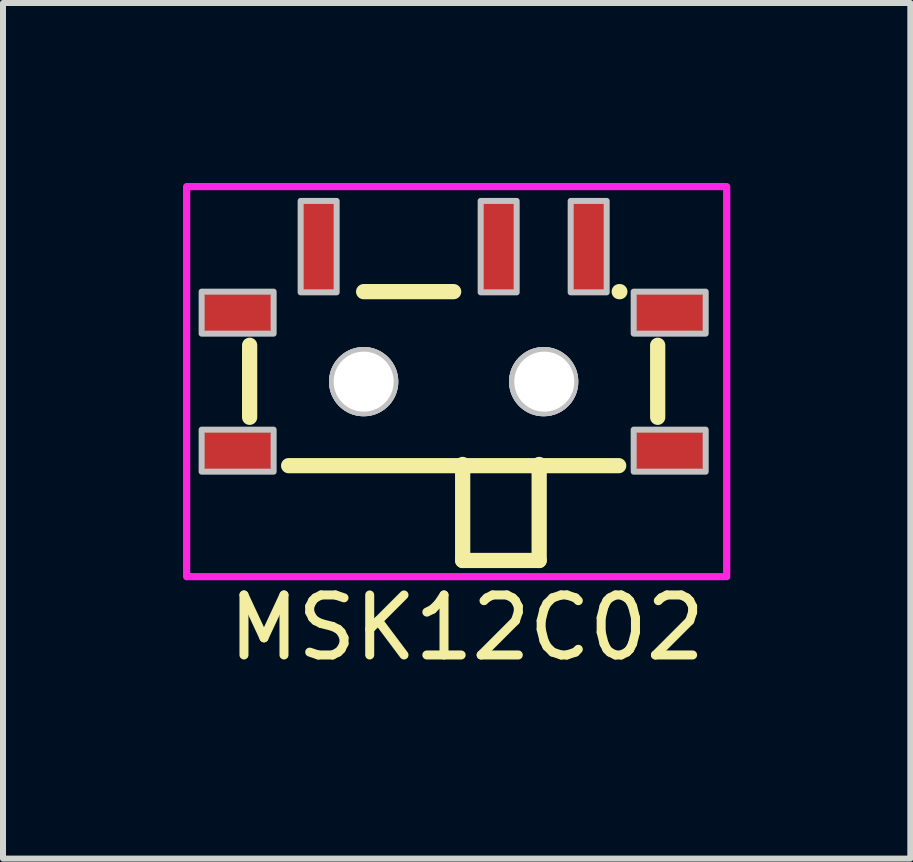
<source format=kicad_pcb>
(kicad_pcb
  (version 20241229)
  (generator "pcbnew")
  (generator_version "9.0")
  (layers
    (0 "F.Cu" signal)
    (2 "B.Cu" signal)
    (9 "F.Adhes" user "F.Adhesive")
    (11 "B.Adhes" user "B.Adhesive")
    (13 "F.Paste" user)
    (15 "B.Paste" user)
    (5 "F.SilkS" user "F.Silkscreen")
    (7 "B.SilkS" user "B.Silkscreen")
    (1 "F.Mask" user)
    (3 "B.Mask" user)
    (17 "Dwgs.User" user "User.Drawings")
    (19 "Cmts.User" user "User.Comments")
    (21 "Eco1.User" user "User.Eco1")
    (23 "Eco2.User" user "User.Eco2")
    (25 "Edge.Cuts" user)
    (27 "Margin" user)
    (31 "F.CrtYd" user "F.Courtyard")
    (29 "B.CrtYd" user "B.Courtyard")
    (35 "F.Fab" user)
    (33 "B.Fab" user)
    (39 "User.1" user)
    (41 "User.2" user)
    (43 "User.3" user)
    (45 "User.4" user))
  (footprint "MSK12C02"
    (layer "F.Cu")
    (at 4.56 3.31)
    (property "Reference" "MSK12C02" (at 0.17 4.1 0) (unlocked yes) (layer "F.SilkS") (effects (font (size 1 1) (thickness 0.15))))
    (attr smd)
    (fp_line (start -3.45 -0.606) (end -3.45 0.594) (stroke (width 0.254) (type solid)) (layer "F.SilkS"))
    (fp_line (start -2.8 1.4) (end 2.7 1.4) (stroke (width 0.254) (type solid)) (layer "F.SilkS"))
    (fp_line (start -1.55 -1.5) (end -0.05 -1.5) (stroke (width 0.254) (type solid)) (layer "F.SilkS"))
    (fp_line (start 0.1 1.38) (end 0.1 2.98) (stroke (width 0.254) (type solid)) (layer "F.SilkS"))
    (fp_line (start 0.1 2.98) (end 1.375 2.98) (stroke (width 0.254) (type solid)) (layer "F.SilkS"))
    (fp_line (start 1.375 2.98) (end 1.375 1.38) (stroke (width 0.254) (type solid)) (layer "F.SilkS"))
    (fp_line (start 2.719 -1.5) (end 2.709 -1.5) (stroke (width 0.254) (type solid)) (layer "F.SilkS"))
    (fp_line (start 3.35 -0.606) (end 3.35 0.594) (stroke (width 0.254) (type solid)) (layer "F.SilkS"))
    (fp_line (start -2 0) (end -1.999 -0.023) (stroke (width 0.254) (type solid)) (layer "Dwgs.User"))
    (fp_line (start -1.999 -0.023) (end -1.998 -0.046) (stroke (width 0.254) (type solid)) (layer "Dwgs.User"))
    (fp_line (start -1.999 0.023) (end -2 0) (stroke (width 0.254) (type solid)) (layer "Dwgs.User"))
    (fp_line (start -1.998 -0.046) (end -1.995 -0.069) (stroke (width 0.254) (type solid)) (layer "Dwgs.User"))
    (fp_line (start -1.998 0.046) (end -1.999 0.023) (stroke (width 0.254) (type solid)) (layer "Dwgs.User"))
    (fp_line (start -1.995 -0.069) (end -1.991 -0.091) (stroke (width 0.254) (type solid)) (layer "Dwgs.User"))
    (fp_line (start -1.995 0.069) (end -1.998 0.046) (stroke (width 0.254) (type solid)) (layer "Dwgs.User"))
    (fp_line (start -1.991 -0.091) (end -1.986 -0.112) (stroke (width 0.254) (type solid)) (layer "Dwgs.User"))
    (fp_line (start -1.991 0.091) (end -1.995 0.069) (stroke (width 0.254) (type solid)) (layer "Dwgs.User"))
    (fp_line (start -1.986 -0.112) (end -1.98 -0.134) (stroke (width 0.254) (type solid)) (layer "Dwgs.User"))
    (fp_line (start -1.986 0.112) (end -1.991 0.091) (stroke (width 0.254) (type solid)) (layer "Dwgs.User"))
    (fp_line (start -1.98 -0.134) (end -1.973 -0.155) (stroke (width 0.254) (type solid)) (layer "Dwgs.User"))
    (fp_line (start -1.98 0.134) (end -1.986 0.112) (stroke (width 0.254) (type solid)) (layer "Dwgs.User"))
    (fp_line (start -1.973 -0.155) (end -1.965 -0.175) (stroke (width 0.254) (type solid)) (layer "Dwgs.User"))
    (fp_line (start -1.973 0.155) (end -1.98 0.134) (stroke (width 0.254) (type solid)) (layer "Dwgs.User"))
    (fp_line (start -1.965 -0.175) (end -1.956 -0.195) (stroke (width 0.254) (type solid)) (layer "Dwgs.User"))
    (fp_line (start -1.965 0.175) (end -1.973 0.155) (stroke (width 0.254) (type solid)) (layer "Dwgs.User"))
    (fp_line (start -1.956 -0.195) (end -1.946 -0.214) (stroke (width 0.254) (type solid)) (layer "Dwgs.User"))
    (fp_line (start -1.956 0.195) (end -1.965 0.175) (stroke (width 0.254) (type solid)) (layer "Dwgs.User"))
    (fp_line (start -1.946 -0.214) (end -1.935 -0.233) (stroke (width 0.254) (type solid)) (layer "Dwgs.User"))
    (fp_line (start -1.946 0.214) (end -1.956 0.195) (stroke (width 0.254) (type solid)) (layer "Dwgs.User"))
    (fp_line (start -1.935 -0.233) (end -1.923 -0.252) (stroke (width 0.254) (type solid)) (layer "Dwgs.User"))
    (fp_line (start -1.935 0.233) (end -1.946 0.214) (stroke (width 0.254) (type solid)) (layer "Dwgs.User"))
    (fp_line (start -1.923 -0.252) (end -1.911 -0.269) (stroke (width 0.254) (type solid)) (layer "Dwgs.User"))
    (fp_line (start -1.923 0.252) (end -1.935 0.233) (stroke (width 0.254) (type solid)) (layer "Dwgs.User"))
    (fp_line (start -1.911 -0.269) (end -1.897 -0.286) (stroke (width 0.254) (type solid)) (layer "Dwgs.User"))
    (fp_line (start -1.911 0.269) (end -1.923 0.252) (stroke (width 0.254) (type solid)) (layer "Dwgs.User"))
    (fp_line (start -1.897 -0.286) (end -1.883 -0.303) (stroke (width 0.254) (type solid)) (layer "Dwgs.User"))
    (fp_line (start -1.897 0.286) (end -1.911 0.269) (stroke (width 0.254) (type solid)) (layer "Dwgs.User"))
    (fp_line (start -1.883 -0.303) (end -1.868 -0.318) (stroke (width 0.254) (type solid)) (layer "Dwgs.User"))
    (fp_line (start -1.883 0.303) (end -1.897 0.286) (stroke (width 0.254) (type solid)) (layer "Dwgs.User"))
    (fp_line (start -1.868 -0.318) (end -1.852 -0.333) (stroke (width 0.254) (type solid)) (layer "Dwgs.User"))
    (fp_line (start -1.868 0.318) (end -1.883 0.303) (stroke (width 0.254) (type solid)) (layer "Dwgs.User"))
    (fp_line (start -1.852 -0.333) (end -1.836 -0.347) (stroke (width 0.254) (type solid)) (layer "Dwgs.User"))
    (fp_line (start -1.852 0.333) (end -1.868 0.318) (stroke (width 0.254) (type solid)) (layer "Dwgs.User"))
    (fp_line (start -1.836 -0.347) (end -1.819 -0.361) (stroke (width 0.254) (type solid)) (layer "Dwgs.User"))
    (fp_line (start -1.836 0.347) (end -1.852 0.333) (stroke (width 0.254) (type solid)) (layer "Dwgs.User"))
    (fp_line (start -1.819 -0.361) (end -1.802 -0.373) (stroke (width 0.254) (type solid)) (layer "Dwgs.User"))
    (fp_line (start -1.819 0.361) (end -1.836 0.347) (stroke (width 0.254) (type solid)) (layer "Dwgs.User"))
    (fp_line (start -1.802 -0.373) (end -1.783 -0.385) (stroke (width 0.254) (type solid)) (layer "Dwgs.User"))
    (fp_line (start -1.802 0.373) (end -1.819 0.361) (stroke (width 0.254) (type solid)) (layer "Dwgs.User"))
    (fp_line (start -1.783 -0.385) (end -1.764 -0.396) (stroke (width 0.254) (type solid)) (layer "Dwgs.User"))
    (fp_line (start -1.783 0.385) (end -1.802 0.373) (stroke (width 0.254) (type solid)) (layer "Dwgs.User"))
    (fp_line (start -1.764 -0.396) (end -1.745 -0.406) (stroke (width 0.254) (type solid)) (layer "Dwgs.User"))
    (fp_line (start -1.764 0.396) (end -1.783 0.385) (stroke (width 0.254) (type solid)) (layer "Dwgs.User"))
    (fp_line (start -1.745 -0.406) (end -1.725 -0.415) (stroke (width 0.254) (type solid)) (layer "Dwgs.User"))
    (fp_line (start -1.745 0.406) (end -1.764 0.396) (stroke (width 0.254) (type solid)) (layer "Dwgs.User"))
    (fp_line (start -1.725 -0.415) (end -1.705 -0.423) (stroke (width 0.254) (type solid)) (layer "Dwgs.User"))
    (fp_line (start -1.725 0.415) (end -1.745 0.406) (stroke (width 0.254) (type solid)) (layer "Dwgs.User"))
    (fp_line (start -1.705 -0.423) (end -1.684 -0.43) (stroke (width 0.254) (type solid)) (layer "Dwgs.User"))
    (fp_line (start -1.705 0.423) (end -1.725 0.415) (stroke (width 0.254) (type solid)) (layer "Dwgs.User"))
    (fp_line (start -1.684 -0.43) (end -1.662 -0.436) (stroke (width 0.254) (type solid)) (layer "Dwgs.User"))
    (fp_line (start -1.684 0.43) (end -1.705 0.423) (stroke (width 0.254) (type solid)) (layer "Dwgs.User"))
    (fp_line (start -1.662 -0.436) (end -1.641 -0.441) (stroke (width 0.254) (type solid)) (layer "Dwgs.User"))
    (fp_line (start -1.662 0.436) (end -1.684 0.43) (stroke (width 0.254) (type solid)) (layer "Dwgs.User"))
    (fp_line (start -1.641 -0.441) (end -1.618 -0.445) (stroke (width 0.254) (type solid)) (layer "Dwgs.User"))
    (fp_line (start -1.641 0.441) (end -1.662 0.436) (stroke (width 0.254) (type solid)) (layer "Dwgs.User"))
    (fp_line (start -1.618 -0.445) (end -1.596 -0.448) (stroke (width 0.254) (type solid)) (layer "Dwgs.User"))
    (fp_line (start -1.618 0.445) (end -1.641 0.441) (stroke (width 0.254) (type solid)) (layer "Dwgs.User"))
    (fp_line (start -1.596 -0.448) (end -1.573 -0.449) (stroke (width 0.254) (type solid)) (layer "Dwgs.User"))
    (fp_line (start -1.596 0.448) (end -1.618 0.445) (stroke (width 0.254) (type solid)) (layer "Dwgs.User"))
    (fp_line (start -1.573 -0.449) (end -1.55 -0.45) (stroke (width 0.254) (type solid)) (layer "Dwgs.User"))
    (fp_line (start -1.573 0.449) (end -1.596 0.448) (stroke (width 0.254) (type solid)) (layer "Dwgs.User"))
    (fp_line (start -1.55 -0.45) (end -1.527 -0.449) (stroke (width 0.254) (type solid)) (layer "Dwgs.User"))
    (fp_line (start -1.55 0.45) (end -1.573 0.449) (stroke (width 0.254) (type solid)) (layer "Dwgs.User"))
    (fp_line (start -1.527 -0.449) (end -1.504 -0.448) (stroke (width 0.254) (type solid)) (layer "Dwgs.User"))
    (fp_line (start -1.527 0.449) (end -1.55 0.45) (stroke (width 0.254) (type solid)) (layer "Dwgs.User"))
    (fp_line (start -1.504 -0.448) (end -1.481 -0.445) (stroke (width 0.254) (type solid)) (layer "Dwgs.User"))
    (fp_line (start -1.504 0.448) (end -1.527 0.449) (stroke (width 0.254) (type solid)) (layer "Dwgs.User"))
    (fp_line (start -1.481 -0.445) (end -1.459 -0.441) (stroke (width 0.254) (type solid)) (layer "Dwgs.User"))
    (fp_line (start -1.481 0.445) (end -1.504 0.448) (stroke (width 0.254) (type solid)) (layer "Dwgs.User"))
    (fp_line (start -1.459 -0.441) (end -1.437 -0.436) (stroke (width 0.254) (type solid)) (layer "Dwgs.User"))
    (fp_line (start -1.459 0.441) (end -1.481 0.445) (stroke (width 0.254) (type solid)) (layer "Dwgs.User"))
    (fp_line (start -1.437 -0.436) (end -1.416 -0.43) (stroke (width 0.254) (type solid)) (layer "Dwgs.User"))
    (fp_line (start -1.437 0.436) (end -1.459 0.441) (stroke (width 0.254) (type solid)) (layer "Dwgs.User"))
    (fp_line (start -1.416 -0.43) (end -1.395 -0.423) (stroke (width 0.254) (type solid)) (layer "Dwgs.User"))
    (fp_line (start -1.416 0.43) (end -1.437 0.436) (stroke (width 0.254) (type solid)) (layer "Dwgs.User"))
    (fp_line (start -1.395 -0.423) (end -1.375 -0.415) (stroke (width 0.254) (type solid)) (layer "Dwgs.User"))
    (fp_line (start -1.395 0.423) (end -1.416 0.43) (stroke (width 0.254) (type solid)) (layer "Dwgs.User"))
    (fp_line (start -1.375 -0.415) (end -1.355 -0.406) (stroke (width 0.254) (type solid)) (layer "Dwgs.User"))
    (fp_line (start -1.375 0.415) (end -1.395 0.423) (stroke (width 0.254) (type solid)) (layer "Dwgs.User"))
    (fp_line (start -1.355 -0.406) (end -1.335 -0.396) (stroke (width 0.254) (type solid)) (layer "Dwgs.User"))
    (fp_line (start -1.355 0.406) (end -1.375 0.415) (stroke (width 0.254) (type solid)) (layer "Dwgs.User"))
    (fp_line (start -1.335 -0.396) (end -1.317 -0.385) (stroke (width 0.254) (type solid)) (layer "Dwgs.User"))
    (fp_line (start -1.335 0.396) (end -1.355 0.406) (stroke (width 0.254) (type solid)) (layer "Dwgs.User"))
    (fp_line (start -1.317 -0.385) (end -1.298 -0.373) (stroke (width 0.254) (type solid)) (layer "Dwgs.User"))
    (fp_line (start -1.317 0.385) (end -1.335 0.396) (stroke (width 0.254) (type solid)) (layer "Dwgs.User"))
    (fp_line (start -1.298 -0.373) (end -1.281 -0.361) (stroke (width 0.254) (type solid)) (layer "Dwgs.User"))
    (fp_line (start -1.298 0.373) (end -1.317 0.385) (stroke (width 0.254) (type solid)) (layer "Dwgs.User"))
    (fp_line (start -1.281 -0.361) (end -1.264 -0.347) (stroke (width 0.254) (type solid)) (layer "Dwgs.User"))
    (fp_line (start -1.281 0.361) (end -1.298 0.373) (stroke (width 0.254) (type solid)) (layer "Dwgs.User"))
    (fp_line (start -1.264 -0.347) (end -1.247 -0.333) (stroke (width 0.254) (type solid)) (layer "Dwgs.User"))
    (fp_line (start -1.264 0.347) (end -1.281 0.361) (stroke (width 0.254) (type solid)) (layer "Dwgs.User"))
    (fp_line (start -1.247 -0.333) (end -1.232 -0.318) (stroke (width 0.254) (type solid)) (layer "Dwgs.User"))
    (fp_line (start -1.247 0.333) (end -1.264 0.347) (stroke (width 0.254) (type solid)) (layer "Dwgs.User"))
    (fp_line (start -1.232 -0.318) (end -1.217 -0.303) (stroke (width 0.254) (type solid)) (layer "Dwgs.User"))
    (fp_line (start -1.232 0.318) (end -1.247 0.333) (stroke (width 0.254) (type solid)) (layer "Dwgs.User"))
    (fp_line (start -1.217 -0.303) (end -1.203 -0.286) (stroke (width 0.254) (type solid)) (layer "Dwgs.User"))
    (fp_line (start -1.217 0.303) (end -1.232 0.318) (stroke (width 0.254) (type solid)) (layer "Dwgs.User"))
    (fp_line (start -1.203 -0.286) (end -1.189 -0.269) (stroke (width 0.254) (type solid)) (layer "Dwgs.User"))
    (fp_line (start -1.203 0.286) (end -1.217 0.303) (stroke (width 0.254) (type solid)) (layer "Dwgs.User"))
    (fp_line (start -1.189 -0.269) (end -1.177 -0.252) (stroke (width 0.254) (type solid)) (layer "Dwgs.User"))
    (fp_line (start -1.189 0.269) (end -1.203 0.286) (stroke (width 0.254) (type solid)) (layer "Dwgs.User"))
    (fp_line (start -1.177 -0.252) (end -1.165 -0.233) (stroke (width 0.254) (type solid)) (layer "Dwgs.User"))
    (fp_line (start -1.177 0.252) (end -1.189 0.269) (stroke (width 0.254) (type solid)) (layer "Dwgs.User"))
    (fp_line (start -1.165 -0.233) (end -1.154 -0.214) (stroke (width 0.254) (type solid)) (layer "Dwgs.User"))
    (fp_line (start -1.165 0.233) (end -1.177 0.252) (stroke (width 0.254) (type solid)) (layer "Dwgs.User"))
    (fp_line (start -1.154 -0.214) (end -1.144 -0.195) (stroke (width 0.254) (type solid)) (layer "Dwgs.User"))
    (fp_line (start -1.154 0.214) (end -1.165 0.233) (stroke (width 0.254) (type solid)) (layer "Dwgs.User"))
    (fp_line (start -1.144 -0.195) (end -1.135 -0.175) (stroke (width 0.254) (type solid)) (layer "Dwgs.User"))
    (fp_line (start -1.144 0.195) (end -1.154 0.214) (stroke (width 0.254) (type solid)) (layer "Dwgs.User"))
    (fp_line (start -1.135 -0.175) (end -1.127 -0.155) (stroke (width 0.254) (type solid)) (layer "Dwgs.User"))
    (fp_line (start -1.135 0.175) (end -1.144 0.195) (stroke (width 0.254) (type solid)) (layer "Dwgs.User"))
    (fp_line (start -1.127 -0.155) (end -1.12 -0.134) (stroke (width 0.254) (type solid)) (layer "Dwgs.User"))
    (fp_line (start -1.127 0.155) (end -1.135 0.175) (stroke (width 0.254) (type solid)) (layer "Dwgs.User"))
    (fp_line (start -1.12 -0.134) (end -1.114 -0.112) (stroke (width 0.254) (type solid)) (layer "Dwgs.User"))
    (fp_line (start -1.12 0.134) (end -1.127 0.155) (stroke (width 0.254) (type solid)) (layer "Dwgs.User"))
    (fp_line (start -1.114 -0.112) (end -1.109 -0.091) (stroke (width 0.254) (type solid)) (layer "Dwgs.User"))
    (fp_line (start -1.114 0.112) (end -1.12 0.134) (stroke (width 0.254) (type solid)) (layer "Dwgs.User"))
    (fp_line (start -1.109 -0.091) (end -1.105 -0.069) (stroke (width 0.254) (type solid)) (layer "Dwgs.User"))
    (fp_line (start -1.109 0.091) (end -1.114 0.112) (stroke (width 0.254) (type solid)) (layer "Dwgs.User"))
    (fp_line (start -1.105 -0.069) (end -1.102 -0.046) (stroke (width 0.254) (type solid)) (layer "Dwgs.User"))
    (fp_line (start -1.105 0.069) (end -1.109 0.091) (stroke (width 0.254) (type solid)) (layer "Dwgs.User"))
    (fp_line (start -1.102 -0.046) (end -1.1 -0.023) (stroke (width 0.254) (type solid)) (layer "Dwgs.User"))
    (fp_line (start -1.102 0.046) (end -1.105 0.069) (stroke (width 0.254) (type solid)) (layer "Dwgs.User"))
    (fp_line (start -1.1 -0.023) (end -1.1 0) (stroke (width 0.254) (type solid)) (layer "Dwgs.User"))
    (fp_line (start -1.1 0.023) (end -1.102 0.046) (stroke (width 0.254) (type solid)) (layer "Dwgs.User"))
    (fp_line (start -1.1 0) (end -1.1 0.023) (stroke (width 0.254) (type solid)) (layer "Dwgs.User"))
    (fp_line (start 1 0) (end 1.001 -0.023) (stroke (width 0.254) (type solid)) (layer "Dwgs.User"))
    (fp_line (start 1.001 -0.023) (end 1.002 -0.046) (stroke (width 0.254) (type solid)) (layer "Dwgs.User"))
    (fp_line (start 1.001 0.023) (end 1 0) (stroke (width 0.254) (type solid)) (layer "Dwgs.User"))
    (fp_line (start 1.002 -0.046) (end 1.005 -0.069) (stroke (width 0.254) (type solid)) (layer "Dwgs.User"))
    (fp_line (start 1.002 0.046) (end 1.001 0.023) (stroke (width 0.254) (type solid)) (layer "Dwgs.User"))
    (fp_line (start 1.005 -0.069) (end 1.009 -0.091) (stroke (width 0.254) (type solid)) (layer "Dwgs.User"))
    (fp_line (start 1.005 0.069) (end 1.002 0.046) (stroke (width 0.254) (type solid)) (layer "Dwgs.User"))
    (fp_line (start 1.009 -0.091) (end 1.014 -0.112) (stroke (width 0.254) (type solid)) (layer "Dwgs.User"))
    (fp_line (start 1.009 0.091) (end 1.005 0.069) (stroke (width 0.254) (type solid)) (layer "Dwgs.User"))
    (fp_line (start 1.014 -0.112) (end 1.02 -0.134) (stroke (width 0.254) (type solid)) (layer "Dwgs.User"))
    (fp_line (start 1.014 0.112) (end 1.009 0.091) (stroke (width 0.254) (type solid)) (layer "Dwgs.User"))
    (fp_line (start 1.02 -0.134) (end 1.027 -0.155) (stroke (width 0.254) (type solid)) (layer "Dwgs.User"))
    (fp_line (start 1.02 0.134) (end 1.014 0.112) (stroke (width 0.254) (type solid)) (layer "Dwgs.User"))
    (fp_line (start 1.027 -0.155) (end 1.035 -0.175) (stroke (width 0.254) (type solid)) (layer "Dwgs.User"))
    (fp_line (start 1.027 0.155) (end 1.02 0.134) (stroke (width 0.254) (type solid)) (layer "Dwgs.User"))
    (fp_line (start 1.035 -0.175) (end 1.044 -0.195) (stroke (width 0.254) (type solid)) (layer "Dwgs.User"))
    (fp_line (start 1.035 0.175) (end 1.027 0.155) (stroke (width 0.254) (type solid)) (layer "Dwgs.User"))
    (fp_line (start 1.044 -0.195) (end 1.054 -0.214) (stroke (width 0.254) (type solid)) (layer "Dwgs.User"))
    (fp_line (start 1.044 0.195) (end 1.035 0.175) (stroke (width 0.254) (type solid)) (layer "Dwgs.User"))
    (fp_line (start 1.054 -0.214) (end 1.065 -0.233) (stroke (width 0.254) (type solid)) (layer "Dwgs.User"))
    (fp_line (start 1.054 0.214) (end 1.044 0.195) (stroke (width 0.254) (type solid)) (layer "Dwgs.User"))
    (fp_line (start 1.065 -0.233) (end 1.077 -0.252) (stroke (width 0.254) (type solid)) (layer "Dwgs.User"))
    (fp_line (start 1.065 0.233) (end 1.054 0.214) (stroke (width 0.254) (type solid)) (layer "Dwgs.User"))
    (fp_line (start 1.077 -0.252) (end 1.089 -0.269) (stroke (width 0.254) (type solid)) (layer "Dwgs.User"))
    (fp_line (start 1.077 0.252) (end 1.065 0.233) (stroke (width 0.254) (type solid)) (layer "Dwgs.User"))
    (fp_line (start 1.089 -0.269) (end 1.103 -0.286) (stroke (width 0.254) (type solid)) (layer "Dwgs.User"))
    (fp_line (start 1.089 0.269) (end 1.077 0.252) (stroke (width 0.254) (type solid)) (layer "Dwgs.User"))
    (fp_line (start 1.103 -0.286) (end 1.117 -0.303) (stroke (width 0.254) (type solid)) (layer "Dwgs.User"))
    (fp_line (start 1.103 0.286) (end 1.089 0.269) (stroke (width 0.254) (type solid)) (layer "Dwgs.User"))
    (fp_line (start 1.117 -0.303) (end 1.132 -0.318) (stroke (width 0.254) (type solid)) (layer "Dwgs.User"))
    (fp_line (start 1.117 0.303) (end 1.103 0.286) (stroke (width 0.254) (type solid)) (layer "Dwgs.User"))
    (fp_line (start 1.132 -0.318) (end 1.147 -0.333) (stroke (width 0.254) (type solid)) (layer "Dwgs.User"))
    (fp_line (start 1.132 0.318) (end 1.117 0.303) (stroke (width 0.254) (type solid)) (layer "Dwgs.User"))
    (fp_line (start 1.147 -0.333) (end 1.164 -0.347) (stroke (width 0.254) (type solid)) (layer "Dwgs.User"))
    (fp_line (start 1.147 0.333) (end 1.132 0.318) (stroke (width 0.254) (type solid)) (layer "Dwgs.User"))
    (fp_line (start 1.164 -0.347) (end 1.181 -0.361) (stroke (width 0.254) (type solid)) (layer "Dwgs.User"))
    (fp_line (start 1.164 0.347) (end 1.147 0.333) (stroke (width 0.254) (type solid)) (layer "Dwgs.User"))
    (fp_line (start 1.181 -0.361) (end 1.198 -0.373) (stroke (width 0.254) (type solid)) (layer "Dwgs.User"))
    (fp_line (start 1.181 0.361) (end 1.164 0.347) (stroke (width 0.254) (type solid)) (layer "Dwgs.User"))
    (fp_line (start 1.198 -0.373) (end 1.217 -0.385) (stroke (width 0.254) (type solid)) (layer "Dwgs.User"))
    (fp_line (start 1.198 0.373) (end 1.181 0.361) (stroke (width 0.254) (type solid)) (layer "Dwgs.User"))
    (fp_line (start 1.217 -0.385) (end 1.236 -0.396) (stroke (width 0.254) (type solid)) (layer "Dwgs.User"))
    (fp_line (start 1.217 0.385) (end 1.198 0.373) (stroke (width 0.254) (type solid)) (layer "Dwgs.User"))
    (fp_line (start 1.236 -0.396) (end 1.255 -0.406) (stroke (width 0.254) (type solid)) (layer "Dwgs.User"))
    (fp_line (start 1.236 0.396) (end 1.217 0.385) (stroke (width 0.254) (type solid)) (layer "Dwgs.User"))
    (fp_line (start 1.255 -0.406) (end 1.275 -0.415) (stroke (width 0.254) (type solid)) (layer "Dwgs.User"))
    (fp_line (start 1.255 0.406) (end 1.236 0.396) (stroke (width 0.254) (type solid)) (layer "Dwgs.User"))
    (fp_line (start 1.275 -0.415) (end 1.295 -0.423) (stroke (width 0.254) (type solid)) (layer "Dwgs.User"))
    (fp_line (start 1.275 0.415) (end 1.255 0.406) (stroke (width 0.254) (type solid)) (layer "Dwgs.User"))
    (fp_line (start 1.295 -0.423) (end 1.316 -0.43) (stroke (width 0.254) (type solid)) (layer "Dwgs.User"))
    (fp_line (start 1.295 0.423) (end 1.275 0.415) (stroke (width 0.254) (type solid)) (layer "Dwgs.User"))
    (fp_line (start 1.316 -0.43) (end 1.338 -0.436) (stroke (width 0.254) (type solid)) (layer "Dwgs.User"))
    (fp_line (start 1.316 0.43) (end 1.295 0.423) (stroke (width 0.254) (type solid)) (layer "Dwgs.User"))
    (fp_line (start 1.338 -0.436) (end 1.359 -0.441) (stroke (width 0.254) (type solid)) (layer "Dwgs.User"))
    (fp_line (start 1.338 0.436) (end 1.316 0.43) (stroke (width 0.254) (type solid)) (layer "Dwgs.User"))
    (fp_line (start 1.359 -0.441) (end 1.381 -0.445) (stroke (width 0.254) (type solid)) (layer "Dwgs.User"))
    (fp_line (start 1.359 0.441) (end 1.338 0.436) (stroke (width 0.254) (type solid)) (layer "Dwgs.User"))
    (fp_line (start 1.381 -0.445) (end 1.404 -0.448) (stroke (width 0.254) (type solid)) (layer "Dwgs.User"))
    (fp_line (start 1.381 0.445) (end 1.359 0.441) (stroke (width 0.254) (type solid)) (layer "Dwgs.User"))
    (fp_line (start 1.404 -0.448) (end 1.427 -0.449) (stroke (width 0.254) (type solid)) (layer "Dwgs.User"))
    (fp_line (start 1.404 0.448) (end 1.381 0.445) (stroke (width 0.254) (type solid)) (layer "Dwgs.User"))
    (fp_line (start 1.427 -0.449) (end 1.45 -0.45) (stroke (width 0.254) (type solid)) (layer "Dwgs.User"))
    (fp_line (start 1.427 0.449) (end 1.404 0.448) (stroke (width 0.254) (type solid)) (layer "Dwgs.User"))
    (fp_line (start 1.45 -0.45) (end 1.473 -0.449) (stroke (width 0.254) (type solid)) (layer "Dwgs.User"))
    (fp_line (start 1.45 0.45) (end 1.427 0.449) (stroke (width 0.254) (type solid)) (layer "Dwgs.User"))
    (fp_line (start 1.473 -0.449) (end 1.496 -0.448) (stroke (width 0.254) (type solid)) (layer "Dwgs.User"))
    (fp_line (start 1.473 0.449) (end 1.45 0.45) (stroke (width 0.254) (type solid)) (layer "Dwgs.User"))
    (fp_line (start 1.496 -0.448) (end 1.519 -0.445) (stroke (width 0.254) (type solid)) (layer "Dwgs.User"))
    (fp_line (start 1.496 0.448) (end 1.473 0.449) (stroke (width 0.254) (type solid)) (layer "Dwgs.User"))
    (fp_line (start 1.519 -0.445) (end 1.541 -0.441) (stroke (width 0.254) (type solid)) (layer "Dwgs.User"))
    (fp_line (start 1.519 0.445) (end 1.496 0.448) (stroke (width 0.254) (type solid)) (layer "Dwgs.User"))
    (fp_line (start 1.541 -0.441) (end 1.562 -0.436) (stroke (width 0.254) (type solid)) (layer "Dwgs.User"))
    (fp_line (start 1.541 0.441) (end 1.519 0.445) (stroke (width 0.254) (type solid)) (layer "Dwgs.User"))
    (fp_line (start 1.562 -0.436) (end 1.584 -0.43) (stroke (width 0.254) (type solid)) (layer "Dwgs.User"))
    (fp_line (start 1.562 0.436) (end 1.541 0.441) (stroke (width 0.254) (type solid)) (layer "Dwgs.User"))
    (fp_line (start 1.584 -0.43) (end 1.605 -0.423) (stroke (width 0.254) (type solid)) (layer "Dwgs.User"))
    (fp_line (start 1.584 0.43) (end 1.562 0.436) (stroke (width 0.254) (type solid)) (layer "Dwgs.User"))
    (fp_line (start 1.605 -0.423) (end 1.625 -0.415) (stroke (width 0.254) (type solid)) (layer "Dwgs.User"))
    (fp_line (start 1.605 0.423) (end 1.584 0.43) (stroke (width 0.254) (type solid)) (layer "Dwgs.User"))
    (fp_line (start 1.625 -0.415) (end 1.645 -0.406) (stroke (width 0.254) (type solid)) (layer "Dwgs.User"))
    (fp_line (start 1.625 0.415) (end 1.605 0.423) (stroke (width 0.254) (type solid)) (layer "Dwgs.User"))
    (fp_line (start 1.645 -0.406) (end 1.665 -0.396) (stroke (width 0.254) (type solid)) (layer "Dwgs.User"))
    (fp_line (start 1.645 0.406) (end 1.625 0.415) (stroke (width 0.254) (type solid)) (layer "Dwgs.User"))
    (fp_line (start 1.665 -0.396) (end 1.683 -0.385) (stroke (width 0.254) (type solid)) (layer "Dwgs.User"))
    (fp_line (start 1.665 0.396) (end 1.645 0.406) (stroke (width 0.254) (type solid)) (layer "Dwgs.User"))
    (fp_line (start 1.683 -0.385) (end 1.702 -0.373) (stroke (width 0.254) (type solid)) (layer "Dwgs.User"))
    (fp_line (start 1.683 0.385) (end 1.665 0.396) (stroke (width 0.254) (type solid)) (layer "Dwgs.User"))
    (fp_line (start 1.702 -0.373) (end 1.719 -0.361) (stroke (width 0.254) (type solid)) (layer "Dwgs.User"))
    (fp_line (start 1.702 0.373) (end 1.683 0.385) (stroke (width 0.254) (type solid)) (layer "Dwgs.User"))
    (fp_line (start 1.719 -0.361) (end 1.736 -0.347) (stroke (width 0.254) (type solid)) (layer "Dwgs.User"))
    (fp_line (start 1.719 0.361) (end 1.702 0.373) (stroke (width 0.254) (type solid)) (layer "Dwgs.User"))
    (fp_line (start 1.736 -0.347) (end 1.753 -0.333) (stroke (width 0.254) (type solid)) (layer "Dwgs.User"))
    (fp_line (start 1.736 0.347) (end 1.719 0.361) (stroke (width 0.254) (type solid)) (layer "Dwgs.User"))
    (fp_line (start 1.753 -0.333) (end 1.768 -0.318) (stroke (width 0.254) (type solid)) (layer "Dwgs.User"))
    (fp_line (start 1.753 0.333) (end 1.736 0.347) (stroke (width 0.254) (type solid)) (layer "Dwgs.User"))
    (fp_line (start 1.768 -0.318) (end 1.783 -0.303) (stroke (width 0.254) (type solid)) (layer "Dwgs.User"))
    (fp_line (start 1.768 0.318) (end 1.753 0.333) (stroke (width 0.254) (type solid)) (layer "Dwgs.User"))
    (fp_line (start 1.783 -0.303) (end 1.797 -0.286) (stroke (width 0.254) (type solid)) (layer "Dwgs.User"))
    (fp_line (start 1.783 0.303) (end 1.768 0.318) (stroke (width 0.254) (type solid)) (layer "Dwgs.User"))
    (fp_line (start 1.797 -0.286) (end 1.811 -0.269) (stroke (width 0.254) (type solid)) (layer "Dwgs.User"))
    (fp_line (start 1.797 0.286) (end 1.783 0.303) (stroke (width 0.254) (type solid)) (layer "Dwgs.User"))
    (fp_line (start 1.811 -0.269) (end 1.823 -0.252) (stroke (width 0.254) (type solid)) (layer "Dwgs.User"))
    (fp_line (start 1.811 0.269) (end 1.797 0.286) (stroke (width 0.254) (type solid)) (layer "Dwgs.User"))
    (fp_line (start 1.823 -0.252) (end 1.835 -0.233) (stroke (width 0.254) (type solid)) (layer "Dwgs.User"))
    (fp_line (start 1.823 0.252) (end 1.811 0.269) (stroke (width 0.254) (type solid)) (layer "Dwgs.User"))
    (fp_line (start 1.835 -0.233) (end 1.846 -0.214) (stroke (width 0.254) (type solid)) (layer "Dwgs.User"))
    (fp_line (start 1.835 0.233) (end 1.823 0.252) (stroke (width 0.254) (type solid)) (layer "Dwgs.User"))
    (fp_line (start 1.846 -0.214) (end 1.856 -0.195) (stroke (width 0.254) (type solid)) (layer "Dwgs.User"))
    (fp_line (start 1.846 0.214) (end 1.835 0.233) (stroke (width 0.254) (type solid)) (layer "Dwgs.User"))
    (fp_line (start 1.856 -0.195) (end 1.865 -0.175) (stroke (width 0.254) (type solid)) (layer "Dwgs.User"))
    (fp_line (start 1.856 0.195) (end 1.846 0.214) (stroke (width 0.254) (type solid)) (layer "Dwgs.User"))
    (fp_line (start 1.865 -0.175) (end 1.873 -0.155) (stroke (width 0.254) (type solid)) (layer "Dwgs.User"))
    (fp_line (start 1.865 0.175) (end 1.856 0.195) (stroke (width 0.254) (type solid)) (layer "Dwgs.User"))
    (fp_line (start 1.873 -0.155) (end 1.88 -0.134) (stroke (width 0.254) (type solid)) (layer "Dwgs.User"))
    (fp_line (start 1.873 0.155) (end 1.865 0.175) (stroke (width 0.254) (type solid)) (layer "Dwgs.User"))
    (fp_line (start 1.88 -0.134) (end 1.886 -0.112) (stroke (width 0.254) (type solid)) (layer "Dwgs.User"))
    (fp_line (start 1.88 0.134) (end 1.873 0.155) (stroke (width 0.254) (type solid)) (layer "Dwgs.User"))
    (fp_line (start 1.886 -0.112) (end 1.891 -0.091) (stroke (width 0.254) (type solid)) (layer "Dwgs.User"))
    (fp_line (start 1.886 0.112) (end 1.88 0.134) (stroke (width 0.254) (type solid)) (layer "Dwgs.User"))
    (fp_line (start 1.891 -0.091) (end 1.895 -0.069) (stroke (width 0.254) (type solid)) (layer "Dwgs.User"))
    (fp_line (start 1.891 0.091) (end 1.886 0.112) (stroke (width 0.254) (type solid)) (layer "Dwgs.User"))
    (fp_line (start 1.895 -0.069) (end 1.898 -0.046) (stroke (width 0.254) (type solid)) (layer "Dwgs.User"))
    (fp_line (start 1.895 0.069) (end 1.891 0.091) (stroke (width 0.254) (type solid)) (layer "Dwgs.User"))
    (fp_line (start 1.898 -0.046) (end 1.899 -0.023) (stroke (width 0.254) (type solid)) (layer "Dwgs.User"))
    (fp_line (start 1.898 0.046) (end 1.895 0.069) (stroke (width 0.254) (type solid)) (layer "Dwgs.User"))
    (fp_line (start 1.899 -0.023) (end 1.9 0) (stroke (width 0.254) (type solid)) (layer "Dwgs.User"))
    (fp_line (start 1.899 0.023) (end 1.898 0.046) (stroke (width 0.254) (type solid)) (layer "Dwgs.User"))
    (fp_line (start 1.9 0) (end 1.899 0.023) (stroke (width 0.254) (type solid)) (layer "Dwgs.User"))
    (fp_poly (pts (xy -3.05 -0.8) (xy -4.25 -0.8) (xy -4.25 -1.5) (xy -3.05 -1.5)) (stroke (width 0.1) (type solid)) (fill no) (layer "Dwgs.User"))
    (fp_poly (pts (xy -3.05 1.5) (xy -4.25 1.5) (xy -4.25 0.8) (xy -3.05 0.8)) (stroke (width 0.1) (type solid)) (fill no) (layer "Dwgs.User"))
    (fp_poly (pts (xy -2 -1.488) (xy -2.6 -1.488) (xy -2.6 -3.012) (xy -2 -3.012)) (stroke (width 0.1) (type solid)) (fill no) (layer "Dwgs.User"))
    (fp_poly (pts (xy 1 -1.488) (xy 0.4 -1.488) (xy 0.4 -3.012) (xy 1 -3.012)) (stroke (width 0.1) (type solid)) (fill no) (layer "Dwgs.User"))
    (fp_poly (pts (xy 2.5 -1.488) (xy 1.9 -1.488) (xy 1.9 -3.012) (xy 2.5 -3.012)) (stroke (width 0.1) (type solid)) (fill no) (layer "Dwgs.User"))
    (fp_poly (pts (xy 4.15 -0.8) (xy 2.95 -0.8) (xy 2.95 -1.5) (xy 4.15 -1.5)) (stroke (width 0.1) (type solid)) (fill no) (layer "Dwgs.User"))
    (fp_poly (pts (xy 4.15 1.5) (xy 2.95 1.5) (xy 2.95 0.8) (xy 4.15 0.8)) (stroke (width 0.1) (type solid)) (fill no) (layer "Dwgs.User"))
    (fp_rect (start -4.5 -3.25) (end 4.5 3.25) (stroke (width 0.12) (type default)) (fill no) (layer "F.CrtYd"))
    (pad "" np_thru_hole circle (at -1.55 0 90) (size 1 1) (drill 1) (layers "*.Cu" "*.Mask"))
    (pad "" np_thru_hole circle (at 1.46 0 90) (size 1 1) (drill 1) (layers "*.Cu" "*.Mask"))
    (pad "1" smd roundrect (at -2.3 -2.25) (size 0.6 1.52) (layers "F.Cu" "F.Mask" "F.Paste") (roundrect_rratio 0.25))
    (pad "2" smd roundrect (at 0.7 -2.25) (size 0.6 1.52) (layers "F.Cu" "F.Mask" "F.Paste") (roundrect_rratio 0.25))
    (pad "3" smd roundrect (at 2.2 -2.25) (size 0.6 1.52) (layers "F.Cu" "F.Mask" "F.Paste") (roundrect_rratio 0.25))
    (pad "4" smd roundrect (at -3.65 -1.15 90) (size 0.7 1.2) (layers "F.Cu" "F.Mask" "F.Paste") (roundrect_rratio 0.25))
    (pad "4" smd roundrect (at -3.65 1.15 90) (size 0.7 1.2) (layers "F.Cu" "F.Mask" "F.Paste") (roundrect_rratio 0.25))
    (pad "4" smd roundrect (at 3.55 -1.15 90) (size 0.7 1.2) (layers "F.Cu" "F.Mask" "F.Paste") (roundrect_rratio 0.25))
    (pad "4" smd roundrect (at 3.55 1.15 90) (size 0.7 1.2) (layers "F.Cu" "F.Mask" "F.Paste") (roundrect_rratio 0.25)))
  (gr_rect
    (start -3 -3)
    (end 12.12 11.258)
    (stroke (width 0.1) (type default))
    (fill no)
    (layer "Edge.Cuts")))
</source>
